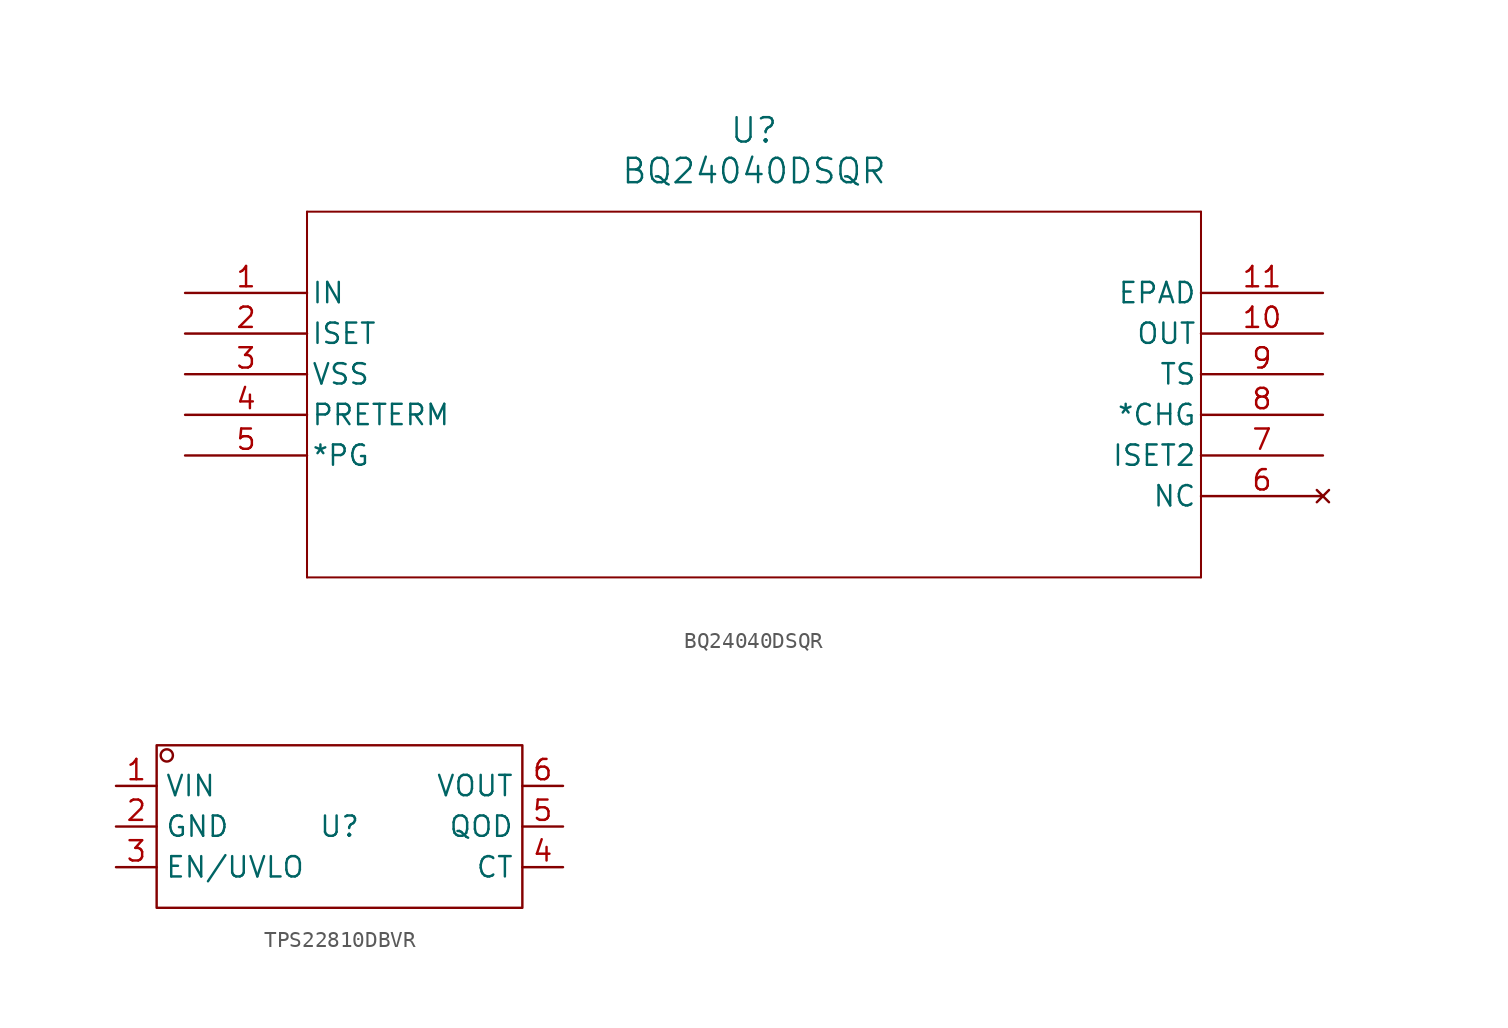
<source format=kicad_sym>
(kicad_symbol_lib
  (version 20231120)
  (generator "kicad_symbol_editor")
  (generator_version "8.0")
  (symbol "BQ24040DSQR"
    (pin_names
      (offset 0.254))
    (property "Reference" "U"
      (at 35.56 10.16 0)
      (effects (font (size 1.524 1.524))))
    (property "Value" "BQ24040DSQR"
      (at 35.56 7.62 0)
      (effects (font (size 1.524 1.524))))
    (property "ki_locked" ""
      (at 0 0 0)
      (effects (font (size 1.27 1.27))))
    (symbol "BQ24040DSQR_0_1"
      (polyline (pts (xy 7.62 -17.78) (xy 63.5 -17.78)) (stroke (width 0.127) (type default)) (fill (type none)))
      (polyline (pts (xy 7.62 5.08) (xy 7.62 -17.78)) (stroke (width 0.127) (type default)) (fill (type none)))
      (polyline (pts (xy 63.5 -17.78) (xy 63.5 5.08)) (stroke (width 0.127) (type default)) (fill (type none)))
      (polyline (pts (xy 63.5 5.08) (xy 7.62 5.08)) (stroke (width 0.127) (type default)) (fill (type none)))
      (pin input line (at 0 0 0) (length 7.62) (name "IN" (effects (font (size 1.27 1.27)))) (number "1" (effects (font (size 1.27 1.27)))))
      (pin output line (at 71.12 -2.54 180) (length 7.62) (name "OUT" (effects (font (size 1.27 1.27)))) (number "10" (effects (font (size 1.27 1.27)))))
      (pin power_in line (at 71.12 0 180) (length 7.62) (name "EPAD" (effects (font (size 1.27 1.27)))) (number "11" (effects (font (size 1.27 1.27)))))
      (pin input line (at 0 -2.54 0) (length 7.62) (name "ISET" (effects (font (size 1.27 1.27)))) (number "2" (effects (font (size 1.27 1.27)))))
      (pin power_in line (at 0 -5.08 0) (length 7.62) (name "VSS" (effects (font (size 1.27 1.27)))) (number "3" (effects (font (size 1.27 1.27)))))
      (pin input line (at 0 -7.62 0) (length 7.62) (name "PRETERM" (effects (font (size 1.27 1.27)))) (number "4" (effects (font (size 1.27 1.27)))))
      (pin output line (at 0 -10.16 0) (length 7.62) (name "*PG" (effects (font (size 1.27 1.27)))) (number "5" (effects (font (size 1.27 1.27)))))
      (pin no_connect line (at 71.12 -12.7 180) (length 7.62) (name "NC" (effects (font (size 1.27 1.27)))) (number "6" (effects (font (size 1.27 1.27)))))
      (pin input line (at 71.12 -10.16 180) (length 7.62) (name "ISET2" (effects (font (size 1.27 1.27)))) (number "7" (effects (font (size 1.27 1.27)))))
      (pin output line (at 71.12 -7.62 180) (length 7.62) (name "*CHG" (effects (font (size 1.27 1.27)))) (number "8" (effects (font (size 1.27 1.27)))))
      (pin input line (at 71.12 -5.08 180) (length 7.62) (name "TS" (effects (font (size 1.27 1.27)))) (number "9" (effects (font (size 1.27 1.27)))))))
  (symbol "TPS22810DBVR"
    (property "Reference" "U"
      (at 0 0 0)
      (effects (font (size 1.27 1.27))))
    (property "Value" ""
      (at 0 0 0)
      (effects (font (size 1.27 1.27))))
    (symbol "TPS22810DBVR_1_0"
      (rectangle (start -11.43 -5.08) (end 11.43 5.08) (stroke (width 0) (type default)) (fill (type none)))
      (circle (center -10.795 4.445) (radius 0.381) (stroke (width 0) (type default)) (fill (type none)))
      (pin input line (at -13.97 2.54 0) (length 2.54) (name "VIN" (effects (font (size 1.27 1.27)))) (number "1" (effects (font (size 1.27 1.27)))))
      (pin input line (at -13.97 0 0) (length 2.54) (name "GND" (effects (font (size 1.27 1.27)))) (number "2" (effects (font (size 1.27 1.27)))))
      (pin input line (at -13.97 -2.54 0) (length 2.54) (name "EN/UVLO" (effects (font (size 1.27 1.27)))) (number "3" (effects (font (size 1.27 1.27)))))
      (pin input line (at 13.97 -2.54 180) (length 2.54) (name "CT" (effects (font (size 1.27 1.27)))) (number "4" (effects (font (size 1.27 1.27)))))
      (pin input line (at 13.97 0 180) (length 2.54) (name "QOD" (effects (font (size 1.27 1.27)))) (number "5" (effects (font (size 1.27 1.27)))))
      (pin input line (at 13.97 2.54 180) (length 2.54) (name "VOUT" (effects (font (size 1.27 1.27)))) (number "6" (effects (font (size 1.27 1.27))))))))
</source>
